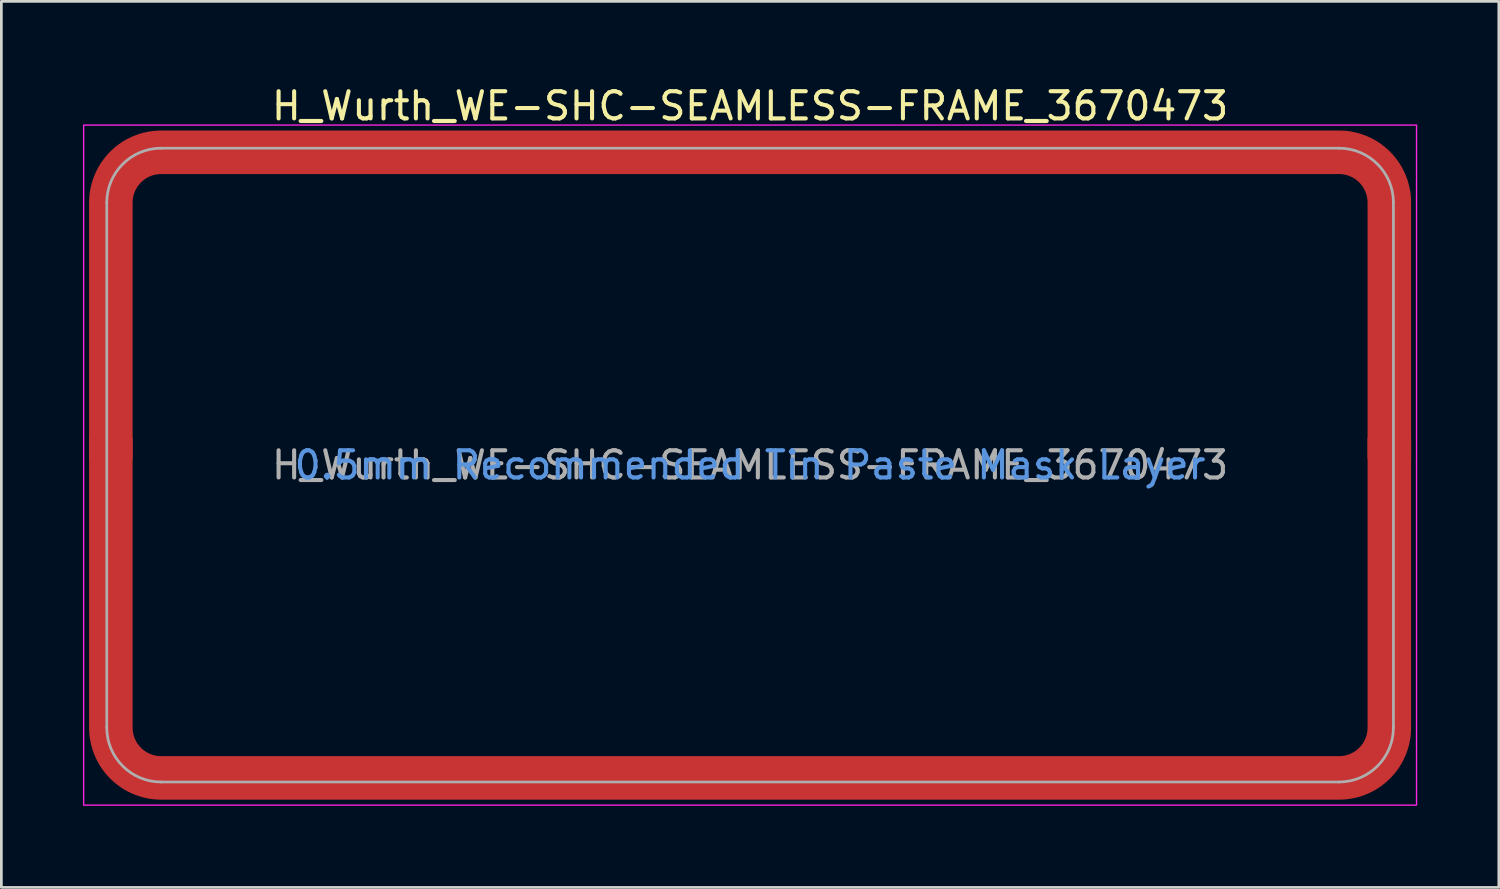
<source format=kicad_pcb>
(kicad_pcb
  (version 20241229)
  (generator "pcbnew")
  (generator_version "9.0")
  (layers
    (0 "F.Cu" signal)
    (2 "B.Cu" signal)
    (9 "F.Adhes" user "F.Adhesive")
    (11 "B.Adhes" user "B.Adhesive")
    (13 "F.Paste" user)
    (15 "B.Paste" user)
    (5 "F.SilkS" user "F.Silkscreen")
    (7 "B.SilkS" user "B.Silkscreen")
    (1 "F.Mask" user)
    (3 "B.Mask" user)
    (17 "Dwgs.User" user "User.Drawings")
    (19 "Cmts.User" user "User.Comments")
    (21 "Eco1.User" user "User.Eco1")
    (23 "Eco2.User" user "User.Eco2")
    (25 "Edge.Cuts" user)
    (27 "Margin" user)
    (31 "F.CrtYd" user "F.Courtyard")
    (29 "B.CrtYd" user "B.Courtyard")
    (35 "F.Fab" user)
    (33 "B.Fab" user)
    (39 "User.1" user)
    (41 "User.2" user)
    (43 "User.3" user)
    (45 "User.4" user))
  (footprint "H_Wurth_WE-SHC-SEAMLESS-FRAME_3670473"
    (layer "F.Cu")
    (at 24.525 14.048)
    (property "Reference" "H_Wurth_WE-SHC-SEAMLESS-FRAME_3670473" (at 0 -13.2 0) (unlocked yes) (layer "F.SilkS") (effects (font (size 1 1) (thickness 0.15))))
    (attr smd)
    (fp_poly (pts (xy -22.75 -0.25) (xy -24.25 -0.25) (xy -24.25 -9.65) (xy -24.246 -9.786) (xy -24.236 -9.922) (xy -24.218 -10.057) (xy -24.193 -10.191) (xy -24.161 -10.323) (xy -24.123 -10.453) (xy -24.077 -10.582) (xy -24.025 -10.708) (xy -23.967 -10.83) (xy -23.902 -10.95) (xy -23.831 -11.066) (xy -23.753 -11.178) (xy -23.671 -11.286) (xy -23.582 -11.39) (xy -23.488 -11.488) (xy -23.39 -11.582) (xy -23.286 -11.671) (xy -23.178 -11.753) (xy -23.066 -11.831) (xy -22.95 -11.902) (xy -22.83 -11.967) (xy -22.708 -12.025) (xy -22.582 -12.077) (xy -22.453 -12.123) (xy -22.323 -12.161) (xy -22.191 -12.193) (xy -22.057 -12.218) (xy -21.922 -12.236) (xy -21.786 -12.246) (xy -21.65 -12.25) (xy 21.65 -12.25) (xy 21.786 -12.246) (xy 21.922 -12.236) (xy 22.057 -12.218) (xy 22.191 -12.193) (xy 22.323 -12.161) (xy 22.453 -12.123) (xy 22.582 -12.077) (xy 22.708 -12.025) (xy 22.83 -11.967) (xy 22.95 -11.902) (xy 23.066 -11.831) (xy 23.178 -11.753) (xy 23.286 -11.671) (xy 23.39 -11.582) (xy 23.488 -11.488) (xy 23.582 -11.39) (xy 23.671 -11.286) (xy 23.753 -11.178) (xy 23.831 -11.066) (xy 23.902 -10.95) (xy 23.967 -10.83) (xy 24.025 -10.708) (xy 24.077 -10.582) (xy 24.123 -10.453) (xy 24.161 -10.323) (xy 24.193 -10.191) (xy 24.218 -10.057) (xy 24.236 -9.922) (xy 24.246 -9.786) (xy 24.25 -9.65) (xy 24.25 -0.25) (xy 22.75 -0.25) (xy 22.75 -9.65) (xy 22.748 -9.708) (xy 22.744 -9.765) (xy 22.736 -9.822) (xy 22.726 -9.879) (xy 22.713 -9.935) (xy 22.696 -9.99) (xy 22.677 -10.044) (xy 22.655 -10.097) (xy 22.63 -10.149) (xy 22.603 -10.2) (xy 22.573 -10.249) (xy 22.54 -10.297) (xy 22.505 -10.342) (xy 22.467 -10.386) (xy 22.428 -10.428) (xy 22.386 -10.467) (xy 22.342 -10.505) (xy 22.297 -10.54) (xy 22.249 -10.573) (xy 22.2 -10.603) (xy 22.149 -10.63) (xy 22.097 -10.655) (xy 22.044 -10.677) (xy 21.99 -10.696) (xy 21.935 -10.713) (xy 21.879 -10.726) (xy 21.822 -10.736) (xy 21.765 -10.744) (xy 21.708 -10.748) (xy 21.65 -10.75) (xy -21.65 -10.75) (xy -21.708 -10.748) (xy -21.765 -10.744) (xy -21.822 -10.736) (xy -21.879 -10.726) (xy -21.935 -10.713) (xy -21.99 -10.696) (xy -22.044 -10.677) (xy -22.097 -10.655) (xy -22.149 -10.63) (xy -22.2 -10.603) (xy -22.249 -10.573) (xy -22.297 -10.54) (xy -22.342 -10.505) (xy -22.386 -10.467) (xy -22.428 -10.428) (xy -22.467 -10.386) (xy -22.505 -10.342) (xy -22.54 -10.297) (xy -22.573 -10.249) (xy -22.603 -10.2) (xy -22.63 -10.149) (xy -22.655 -10.097) (xy -22.677 -10.044) (xy -22.696 -9.99) (xy -22.713 -9.935) (xy -22.726 -9.879) (xy -22.736 -9.822) (xy -22.744 -9.765) (xy -22.748 -9.708) (xy -22.75 -9.65) (xy -22.75 -0.25)) (stroke (width 0.1) (type solid)) (fill yes) (layer "F.Cu"))
    (fp_poly (pts (xy -22.75 -0.25) (xy -24.25 -0.25) (xy -24.25 -9.65) (xy -24.246 -9.786) (xy -24.236 -9.922) (xy -24.218 -10.057) (xy -24.193 -10.191) (xy -24.161 -10.323) (xy -24.123 -10.453) (xy -24.077 -10.582) (xy -24.025 -10.708) (xy -23.967 -10.83) (xy -23.902 -10.95) (xy -23.831 -11.066) (xy -23.753 -11.178) (xy -23.671 -11.286) (xy -23.582 -11.39) (xy -23.488 -11.488) (xy -23.39 -11.582) (xy -23.286 -11.671) (xy -23.178 -11.753) (xy -23.066 -11.831) (xy -22.95 -11.902) (xy -22.83 -11.967) (xy -22.708 -12.025) (xy -22.582 -12.077) (xy -22.453 -12.123) (xy -22.323 -12.161) (xy -22.191 -12.193) (xy -22.057 -12.218) (xy -21.922 -12.236) (xy -21.786 -12.246) (xy -21.65 -12.25) (xy 21.65 -12.25) (xy 21.786 -12.246) (xy 21.922 -12.236) (xy 22.057 -12.218) (xy 22.191 -12.193) (xy 22.323 -12.161) (xy 22.453 -12.123) (xy 22.582 -12.077) (xy 22.708 -12.025) (xy 22.83 -11.967) (xy 22.95 -11.902) (xy 23.066 -11.831) (xy 23.178 -11.753) (xy 23.286 -11.671) (xy 23.39 -11.582) (xy 23.488 -11.488) (xy 23.582 -11.39) (xy 23.671 -11.286) (xy 23.753 -11.178) (xy 23.831 -11.066) (xy 23.902 -10.95) (xy 23.967 -10.83) (xy 24.025 -10.708) (xy 24.077 -10.582) (xy 24.123 -10.453) (xy 24.161 -10.323) (xy 24.193 -10.191) (xy 24.218 -10.057) (xy 24.236 -9.922) (xy 24.246 -9.786) (xy 24.25 -9.65) (xy 24.25 -0.25) (xy 22.75 -0.25) (xy 22.75 -9.65) (xy 22.748 -9.708) (xy 22.744 -9.765) (xy 22.736 -9.822) (xy 22.726 -9.879) (xy 22.713 -9.935) (xy 22.696 -9.99) (xy 22.677 -10.044) (xy 22.655 -10.097) (xy 22.63 -10.149) (xy 22.603 -10.2) (xy 22.573 -10.249) (xy 22.54 -10.297) (xy 22.505 -10.342) (xy 22.467 -10.386) (xy 22.428 -10.428) (xy 22.386 -10.467) (xy 22.342 -10.505) (xy 22.297 -10.54) (xy 22.249 -10.573) (xy 22.2 -10.603) (xy 22.149 -10.63) (xy 22.097 -10.655) (xy 22.044 -10.677) (xy 21.99 -10.696) (xy 21.935 -10.713) (xy 21.879 -10.726) (xy 21.822 -10.736) (xy 21.765 -10.744) (xy 21.708 -10.748) (xy 21.65 -10.75) (xy -21.65 -10.75) (xy -21.708 -10.748) (xy -21.765 -10.744) (xy -21.822 -10.736) (xy -21.879 -10.726) (xy -21.935 -10.713) (xy -21.99 -10.696) (xy -22.044 -10.677) (xy -22.097 -10.655) (xy -22.149 -10.63) (xy -22.2 -10.603) (xy -22.249 -10.573) (xy -22.297 -10.54) (xy -22.342 -10.505) (xy -22.386 -10.467) (xy -22.428 -10.428) (xy -22.467 -10.386) (xy -22.505 -10.342) (xy -22.54 -10.297) (xy -22.573 -10.249) (xy -22.603 -10.2) (xy -22.63 -10.149) (xy -22.655 -10.097) (xy -22.677 -10.044) (xy -22.696 -9.99) (xy -22.713 -9.935) (xy -22.726 -9.879) (xy -22.736 -9.822) (xy -22.744 -9.765) (xy -22.748 -9.708) (xy -22.75 -9.65) (xy -22.75 -0.25)) (stroke (width 0.1) (type solid)) (fill yes) (layer "F.Mask"))
    (fp_poly (pts (xy -22.75 -0.25) (xy -24.25 -0.25) (xy -24.25 -9.65) (xy -24.246 -9.786) (xy -24.236 -9.922) (xy -24.218 -10.057) (xy -24.193 -10.191) (xy -24.161 -10.323) (xy -24.123 -10.453) (xy -24.077 -10.582) (xy -24.025 -10.708) (xy -23.967 -10.83) (xy -23.902 -10.95) (xy -23.831 -11.066) (xy -23.753 -11.178) (xy -23.671 -11.286) (xy -23.582 -11.39) (xy -23.488 -11.488) (xy -23.39 -11.582) (xy -23.286 -11.671) (xy -23.178 -11.753) (xy -23.066 -11.831) (xy -22.95 -11.902) (xy -22.83 -11.967) (xy -22.708 -12.025) (xy -22.582 -12.077) (xy -22.453 -12.123) (xy -22.323 -12.161) (xy -22.191 -12.193) (xy -22.057 -12.218) (xy -21.922 -12.236) (xy -21.786 -12.246) (xy -21.65 -12.25) (xy 21.65 -12.25) (xy 21.786 -12.246) (xy 21.922 -12.236) (xy 22.057 -12.218) (xy 22.191 -12.193) (xy 22.323 -12.161) (xy 22.453 -12.123) (xy 22.582 -12.077) (xy 22.708 -12.025) (xy 22.83 -11.967) (xy 22.95 -11.902) (xy 23.066 -11.831) (xy 23.178 -11.753) (xy 23.286 -11.671) (xy 23.39 -11.582) (xy 23.488 -11.488) (xy 23.582 -11.39) (xy 23.671 -11.286) (xy 23.753 -11.178) (xy 23.831 -11.066) (xy 23.902 -10.95) (xy 23.967 -10.83) (xy 24.025 -10.708) (xy 24.077 -10.582) (xy 24.123 -10.453) (xy 24.161 -10.323) (xy 24.193 -10.191) (xy 24.218 -10.057) (xy 24.236 -9.922) (xy 24.246 -9.786) (xy 24.25 -9.65) (xy 24.25 -0.25) (xy 22.75 -0.25) (xy 22.75 -9.65) (xy 22.748 -9.708) (xy 22.744 -9.765) (xy 22.736 -9.822) (xy 22.726 -9.879) (xy 22.713 -9.935) (xy 22.696 -9.99) (xy 22.677 -10.044) (xy 22.655 -10.097) (xy 22.63 -10.149) (xy 22.603 -10.2) (xy 22.573 -10.249) (xy 22.54 -10.297) (xy 22.505 -10.342) (xy 22.467 -10.386) (xy 22.428 -10.428) (xy 22.386 -10.467) (xy 22.342 -10.505) (xy 22.297 -10.54) (xy 22.249 -10.573) (xy 22.2 -10.603) (xy 22.149 -10.63) (xy 22.097 -10.655) (xy 22.044 -10.677) (xy 21.99 -10.696) (xy 21.935 -10.713) (xy 21.879 -10.726) (xy 21.822 -10.736) (xy 21.765 -10.744) (xy 21.708 -10.748) (xy 21.65 -10.75) (xy -21.65 -10.75) (xy -21.708 -10.748) (xy -21.765 -10.744) (xy -21.822 -10.736) (xy -21.879 -10.726) (xy -21.935 -10.713) (xy -21.99 -10.696) (xy -22.044 -10.677) (xy -22.097 -10.655) (xy -22.149 -10.63) (xy -22.2 -10.603) (xy -22.249 -10.573) (xy -22.297 -10.54) (xy -22.342 -10.505) (xy -22.386 -10.467) (xy -22.428 -10.428) (xy -22.467 -10.386) (xy -22.505 -10.342) (xy -22.54 -10.297) (xy -22.573 -10.249) (xy -22.603 -10.2) (xy -22.63 -10.149) (xy -22.655 -10.097) (xy -22.677 -10.044) (xy -22.696 -9.99) (xy -22.713 -9.935) (xy -22.726 -9.879) (xy -22.736 -9.822) (xy -22.744 -9.765) (xy -22.748 -9.708) (xy -22.75 -9.65) (xy -22.75 -0.25)) (stroke (width 0.1) (type solid)) (fill yes) (layer "F.Paste"))
    (fp_rect (start -24.5 -12.5) (end 24.5 12.5) (stroke (width 0.05) (type solid)) (fill no) (layer "F.CrtYd"))
    (fp_line (start -23.65 9.65) (end -23.65 -9.65) (stroke (width 0.1) (type solid)) (layer "F.Fab"))
    (fp_line (start -21.65 -11.65) (end 21.65 -11.65) (stroke (width 0.1) (type solid)) (layer "F.Fab"))
    (fp_line (start -21.65 11.65) (end 21.65 11.65) (stroke (width 0.1) (type solid)) (layer "F.Fab"))
    (fp_line (start 23.65 9.65) (end 23.65 -9.65) (stroke (width 0.1) (type solid)) (layer "F.Fab"))
    (fp_arc (start -23.65 -9.65) (mid -23.064214 -11.064214) (end -21.65 -11.65) (stroke (width 0.1) (type default)) (layer "F.Fab"))
    (fp_arc (start -21.65 11.65) (mid -23.064214 11.064214) (end -23.65 9.65) (stroke (width 0.1) (type default)) (layer "F.Fab"))
    (fp_arc (start 21.65 -11.65) (mid 23.064214 -11.064214) (end 23.65 -9.65) (stroke (width 0.1) (type default)) (layer "F.Fab"))
    (fp_arc (start 23.65 9.65) (mid 23.064214 11.064214) (end 21.65 11.65) (stroke (width 0.1) (type default)) (layer "F.Fab"))
    (fp_text user "0.5mm Recommended Tin Paste Mask Layer" (at 0 0 0) (unlocked yes) (layer "Cmts.User") (effects (font (size 1 1) (thickness 0.15))))
    (fp_text user "${REFERENCE}" (at 0 0 0) (unlocked yes) (layer "F.Fab") (effects (font (size 1 1) (thickness 0.15))))
    (pad "1" smd custom (at 23.5 0) (size 1.5 19.3) (layers "F.Cu" "F.Mask" "F.Paste") (options (anchor rect)) (primitives (gr_poly (pts (xy -0.75 -1) (xy 0.75 -1) (xy 0.75 9.65) (xy 0.746 9.786) (xy 0.736 9.922) (xy 0.718 10.057) (xy 0.693 10.191) (xy 0.661 10.323) (xy 0.623 10.453) (xy 0.577 10.582) (xy 0.525 10.708) (xy 0.467 10.83) (xy 0.402 10.95) (xy 0.331 11.066) (xy 0.253 11.178) (xy 0.171 11.286) (xy 0.082 11.39) (xy -0.012 11.488) (xy -0.11 11.582) (xy -0.214 11.671) (xy -0.322 11.753) (xy -0.434 11.831) (xy -0.55 11.902) (xy -0.67 11.967) (xy -0.792 12.025) (xy -0.918 12.077) (xy -1.047 12.123) (xy -1.177 12.161) (xy -1.309 12.193) (xy -1.443 12.218) (xy -1.578 12.236) (xy -1.714 12.246) (xy -1.85 12.25) (xy -45.15 12.25) (xy -45.286 12.246) (xy -45.422 12.236) (xy -45.557 12.218) (xy -45.691 12.193) (xy -45.823 12.161) (xy -45.953 12.123) (xy -46.082 12.077) (xy -46.208 12.025) (xy -46.33 11.967) (xy -46.45 11.902) (xy -46.566 11.831) (xy -46.678 11.753) (xy -46.786 11.671) (xy -46.89 11.582) (xy -46.988 11.488) (xy -47.082 11.39) (xy -47.171 11.286) (xy -47.253 11.178) (xy -47.331 11.066) (xy -47.402 10.95) (xy -47.467 10.83) (xy -47.525 10.708) (xy -47.577 10.582) (xy -47.623 10.453) (xy -47.661 10.323) (xy -47.693 10.191) (xy -47.718 10.057) (xy -47.736 9.922) (xy -47.746 9.786) (xy -47.75 9.65) (xy -47.75 -1) (xy -46.25 -1) (xy -46.25 9.65) (xy -46.248 9.708) (xy -46.244 9.765) (xy -46.236 9.822) (xy -46.226 9.879) (xy -46.213 9.935) (xy -46.196 9.99) (xy -46.177 10.044) (xy -46.155 10.097) (xy -46.13 10.149) (xy -46.103 10.2) (xy -46.073 10.249) (xy -46.04 10.297) (xy -46.005 10.342) (xy -45.967 10.386) (xy -45.928 10.428) (xy -45.886 10.467) (xy -45.842 10.505) (xy -45.797 10.54) (xy -45.749 10.573) (xy -45.7 10.603) (xy -45.649 10.63) (xy -45.597 10.655) (xy -45.544 10.677) (xy -45.49 10.696) (xy -45.435 10.713) (xy -45.379 10.726) (xy -45.322 10.736) (xy -45.265 10.744) (xy -45.208 10.748) (xy -45.15 10.75) (xy -1.85 10.75) (xy -1.792 10.748) (xy -1.735 10.744) (xy -1.678 10.736) (xy -1.621 10.726) (xy -1.565 10.713) (xy -1.51 10.696) (xy -1.456 10.677) (xy -1.403 10.655) (xy -1.351 10.63) (xy -1.3 10.603) (xy -1.251 10.573) (xy -1.203 10.54) (xy -1.158 10.505) (xy -1.114 10.467) (xy -1.072 10.428) (xy -1.033 10.386) (xy -0.995 10.342) (xy -0.96 10.297) (xy -0.927 10.249) (xy -0.897 10.2) (xy -0.87 10.149) (xy -0.845 10.097) (xy -0.823 10.044) (xy -0.804 9.99) (xy -0.787 9.935) (xy -0.774 9.879) (xy -0.764 9.822) (xy -0.756 9.765) (xy -0.752 9.708) (xy -0.75 9.65) (xy -0.75 -1)) (width 0.1) (fill yes)))))
  (gr_rect
    (start -3 -3)
    (end 52.05 29.573)
    (stroke (width 0.1) (type default))
    (fill no)
    (layer "Edge.Cuts")))
</source>
